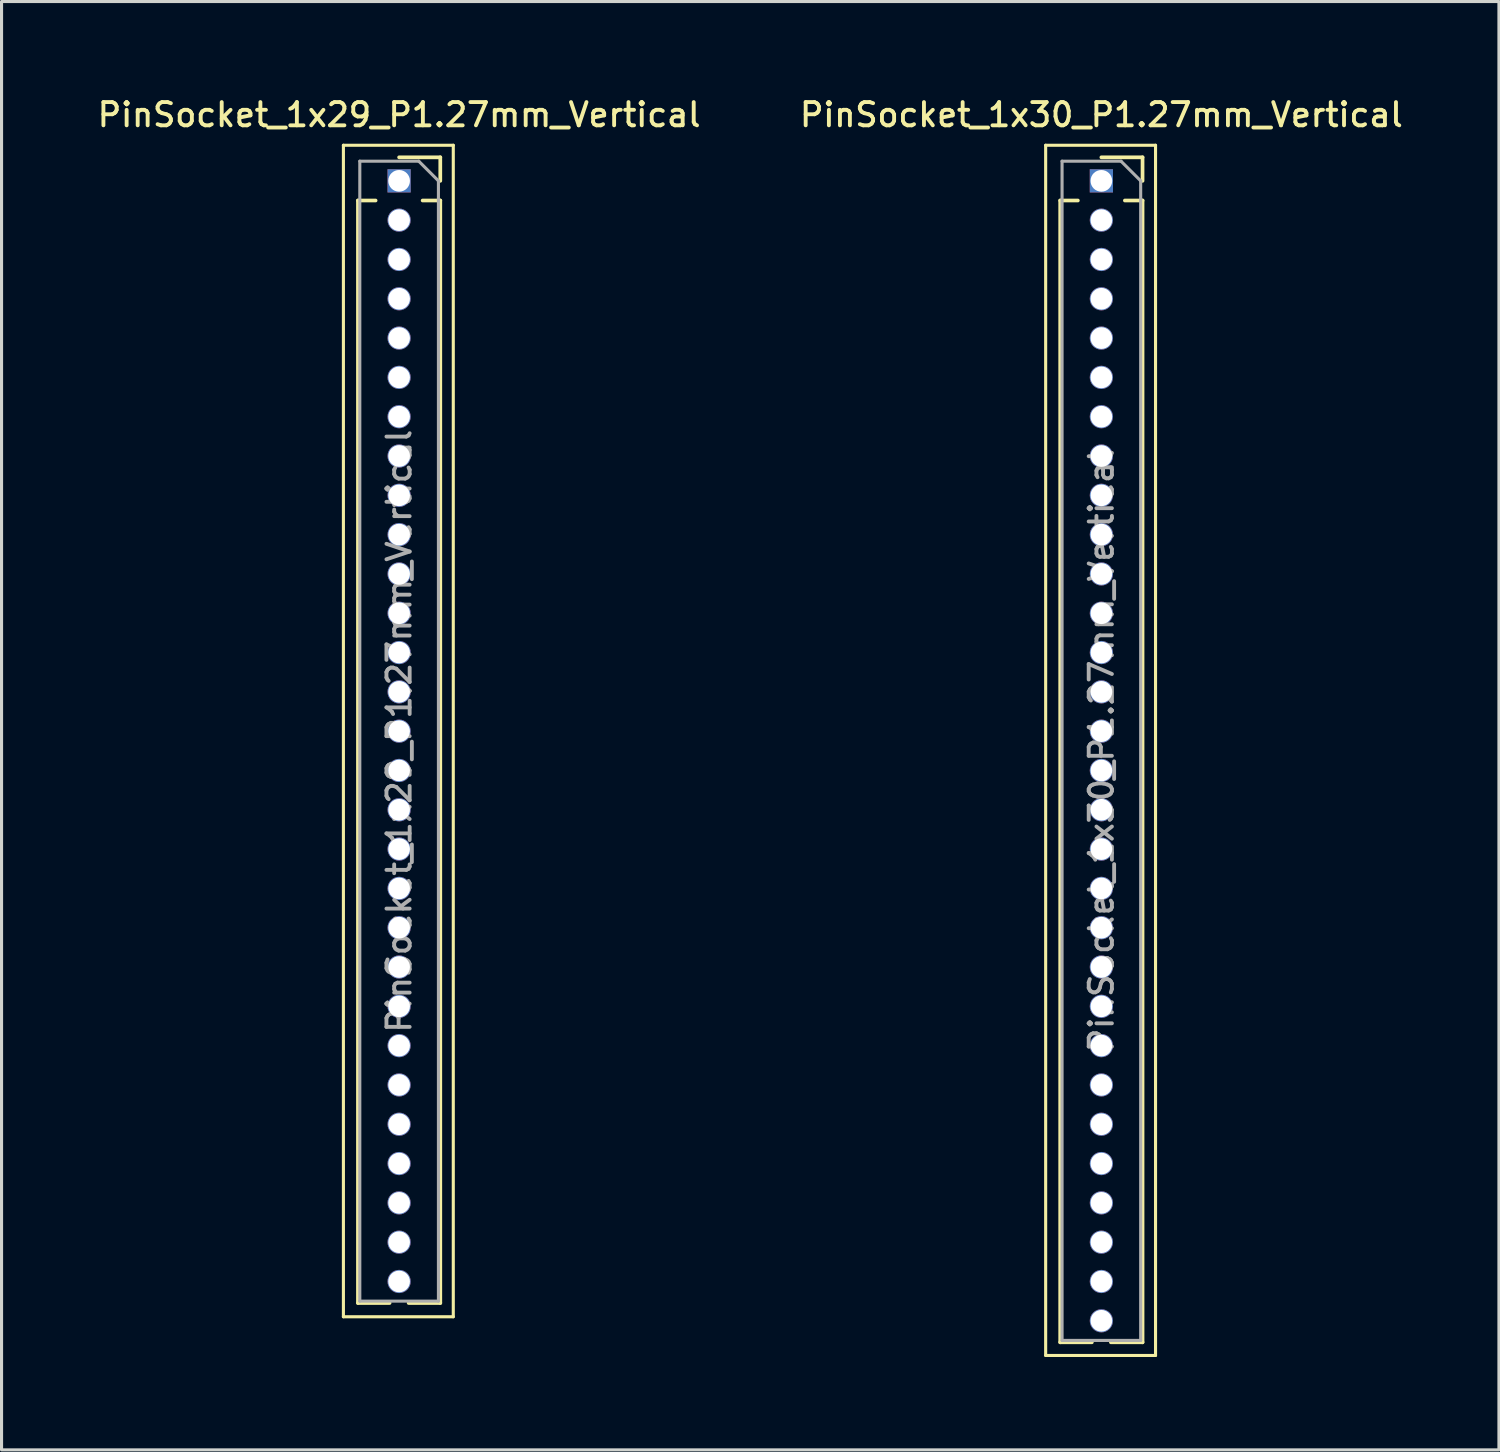
<source format=kicad_pcb>
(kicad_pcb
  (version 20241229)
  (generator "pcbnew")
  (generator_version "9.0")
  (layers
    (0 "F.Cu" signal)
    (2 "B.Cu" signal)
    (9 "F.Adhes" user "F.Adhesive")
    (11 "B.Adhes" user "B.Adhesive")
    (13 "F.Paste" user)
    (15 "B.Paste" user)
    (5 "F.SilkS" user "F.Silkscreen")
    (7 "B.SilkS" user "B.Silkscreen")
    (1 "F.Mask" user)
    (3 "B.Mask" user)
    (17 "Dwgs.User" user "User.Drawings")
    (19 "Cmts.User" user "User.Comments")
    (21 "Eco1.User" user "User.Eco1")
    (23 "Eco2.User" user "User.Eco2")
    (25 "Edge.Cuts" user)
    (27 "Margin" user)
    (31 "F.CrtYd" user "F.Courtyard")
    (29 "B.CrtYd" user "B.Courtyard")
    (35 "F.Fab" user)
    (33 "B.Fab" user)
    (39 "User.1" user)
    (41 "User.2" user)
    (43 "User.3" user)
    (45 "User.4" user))
  (footprint "PinSocket_1x30_P1.27mm_Vertical"
    (layer "F.Cu")
    (at 32.534 2.793)
    (property "Reference" "PinSocket_1x30_P1.27mm_Vertical" (at 0 -2.135 0) (layer "F.SilkS") (effects (font (size 0.75 0.75) (thickness 0.125))))
    (attr through_hole)
    (fp_line (start -1.8 -1.15) (end 1.75 -1.15) (stroke (width 0.1) (type solid)) (layer "F.SilkS"))
    (fp_line (start -1.8 37.95) (end -1.8 -1.15) (stroke (width 0.1) (type solid)) (layer "F.SilkS"))
    (fp_line (start -1.33 0.635) (end -1.33 37.525) (stroke (width 0.12) (type solid)) (layer "F.SilkS"))
    (fp_line (start -1.33 0.635) (end -0.76 0.635) (stroke (width 0.12) (type solid)) (layer "F.SilkS"))
    (fp_line (start -1.33 37.525) (end -0.308 37.525) (stroke (width 0.12) (type solid)) (layer "F.SilkS"))
    (fp_line (start 0 -0.76) (end 1.33 -0.76) (stroke (width 0.12) (type solid)) (layer "F.SilkS"))
    (fp_line (start 0.308 37.525) (end 1.33 37.525) (stroke (width 0.12) (type solid)) (layer "F.SilkS"))
    (fp_line (start 0.76 0.635) (end 1.33 0.635) (stroke (width 0.12) (type solid)) (layer "F.SilkS"))
    (fp_line (start 1.33 -0.76) (end 1.33 0) (stroke (width 0.12) (type solid)) (layer "F.SilkS"))
    (fp_line (start 1.33 0.635) (end 1.33 37.525) (stroke (width 0.12) (type solid)) (layer "F.SilkS"))
    (fp_line (start 1.75 -1.15) (end 1.75 37.95) (stroke (width 0.1) (type solid)) (layer "F.SilkS"))
    (fp_line (start 1.75 37.95) (end -1.8 37.95) (stroke (width 0.1) (type solid)) (layer "F.SilkS"))
    (fp_line (start -1.27 -0.635) (end 0.635 -0.635) (stroke (width 0.1) (type solid)) (layer "F.Fab"))
    (fp_line (start -1.27 37.465) (end -1.27 -0.635) (stroke (width 0.1) (type solid)) (layer "F.Fab"))
    (fp_line (start 0.635 -0.635) (end 1.27 0) (stroke (width 0.1) (type solid)) (layer "F.Fab"))
    (fp_line (start 1.27 0) (end 1.27 37.465) (stroke (width 0.1) (type solid)) (layer "F.Fab"))
    (fp_line (start 1.27 37.465) (end -1.27 37.465) (stroke (width 0.1) (type solid)) (layer "F.Fab"))
    (fp_text user "${REFERENCE}" (at 0 18.415 90) (layer "F.Fab") (effects (font (size 0.75 0.75) (thickness 0.125))))
    (pad "1" thru_hole rect (at 0 0) (size 0.75 0.75) (drill 0.7) (layers "*.Cu" "*.Mask"))
    (pad "2" thru_hole oval (at 0 1.27) (size 0.75 0.75) (drill 0.7) (layers "*.Cu" "*.Mask"))
    (pad "3" thru_hole oval (at 0 2.54) (size 0.75 0.75) (drill 0.7) (layers "*.Cu" "*.Mask"))
    (pad "4" thru_hole oval (at 0 3.81) (size 0.75 0.75) (drill 0.7) (layers "*.Cu" "*.Mask"))
    (pad "5" thru_hole oval (at 0 5.08) (size 0.75 0.75) (drill 0.7) (layers "*.Cu" "*.Mask"))
    (pad "6" thru_hole oval (at 0 6.35) (size 0.75 0.75) (drill 0.7) (layers "*.Cu" "*.Mask"))
    (pad "7" thru_hole oval (at 0 7.62) (size 0.75 0.75) (drill 0.7) (layers "*.Cu" "*.Mask"))
    (pad "8" thru_hole oval (at 0 8.89) (size 0.75 0.75) (drill 0.7) (layers "*.Cu" "*.Mask"))
    (pad "9" thru_hole oval (at 0 10.16) (size 0.75 0.75) (drill 0.7) (layers "*.Cu" "*.Mask"))
    (pad "10" thru_hole oval (at 0 11.43) (size 0.75 0.75) (drill 0.7) (layers "*.Cu" "*.Mask"))
    (pad "11" thru_hole oval (at 0 12.7) (size 0.75 0.75) (drill 0.7) (layers "*.Cu" "*.Mask"))
    (pad "12" thru_hole oval (at 0 13.97) (size 0.75 0.75) (drill 0.7) (layers "*.Cu" "*.Mask"))
    (pad "13" thru_hole oval (at 0 15.24) (size 0.75 0.75) (drill 0.7) (layers "*.Cu" "*.Mask"))
    (pad "14" thru_hole oval (at 0 16.51) (size 0.75 0.75) (drill 0.7) (layers "*.Cu" "*.Mask"))
    (pad "15" thru_hole oval (at 0 17.78) (size 0.75 0.75) (drill 0.7) (layers "*.Cu" "*.Mask"))
    (pad "16" thru_hole oval (at 0 19.05) (size 0.75 0.75) (drill 0.7) (layers "*.Cu" "*.Mask"))
    (pad "17" thru_hole oval (at 0 20.32) (size 0.75 0.75) (drill 0.7) (layers "*.Cu" "*.Mask"))
    (pad "18" thru_hole oval (at 0 21.59) (size 0.75 0.75) (drill 0.7) (layers "*.Cu" "*.Mask"))
    (pad "19" thru_hole oval (at 0 22.86) (size 0.75 0.75) (drill 0.7) (layers "*.Cu" "*.Mask"))
    (pad "20" thru_hole oval (at 0 24.13) (size 0.75 0.75) (drill 0.7) (layers "*.Cu" "*.Mask"))
    (pad "21" thru_hole oval (at 0 25.4) (size 0.75 0.75) (drill 0.7) (layers "*.Cu" "*.Mask"))
    (pad "22" thru_hole oval (at 0 26.67) (size 0.75 0.75) (drill 0.7) (layers "*.Cu" "*.Mask"))
    (pad "23" thru_hole oval (at 0 27.94) (size 0.75 0.75) (drill 0.7) (layers "*.Cu" "*.Mask"))
    (pad "24" thru_hole oval (at 0 29.21) (size 0.75 0.75) (drill 0.7) (layers "*.Cu" "*.Mask"))
    (pad "25" thru_hole oval (at 0 30.48) (size 0.75 0.75) (drill 0.7) (layers "*.Cu" "*.Mask"))
    (pad "26" thru_hole oval (at 0 31.75) (size 0.75 0.75) (drill 0.7) (layers "*.Cu" "*.Mask"))
    (pad "27" thru_hole oval (at 0 33.02) (size 0.75 0.75) (drill 0.7) (layers "*.Cu" "*.Mask"))
    (pad "28" thru_hole oval (at 0 34.29) (size 0.75 0.75) (drill 0.7) (layers "*.Cu" "*.Mask"))
    (pad "29" thru_hole oval (at 0 35.56) (size 0.75 0.75) (drill 0.7) (layers "*.Cu" "*.Mask"))
    (pad "30" thru_hole oval (at 0 36.83) (size 0.75 0.75) (drill 0.7) (layers "*.Cu" "*.Mask")))
  (footprint "PinSocket_1x29_P1.27mm_Vertical"
    (layer "F.Cu")
    (at 9.845 2.793)
    (property "Reference" "PinSocket_1x29_P1.27mm_Vertical" (at 0 -2.135 0) (layer "F.SilkS") (effects (font (size 0.75 0.75) (thickness 0.125))))
    (attr through_hole)
    (fp_line (start -1.8 -1.15) (end 1.75 -1.15) (stroke (width 0.1) (type solid)) (layer "F.SilkS"))
    (fp_line (start -1.8 36.7) (end -1.8 -1.15) (stroke (width 0.1) (type solid)) (layer "F.SilkS"))
    (fp_line (start -1.33 0.635) (end -1.33 36.255) (stroke (width 0.12) (type solid)) (layer "F.SilkS"))
    (fp_line (start -1.33 0.635) (end -0.76 0.635) (stroke (width 0.12) (type solid)) (layer "F.SilkS"))
    (fp_line (start -1.33 36.255) (end -0.308 36.255) (stroke (width 0.12) (type solid)) (layer "F.SilkS"))
    (fp_line (start 0 -0.76) (end 1.33 -0.76) (stroke (width 0.12) (type solid)) (layer "F.SilkS"))
    (fp_line (start 0.308 36.255) (end 1.33 36.255) (stroke (width 0.12) (type solid)) (layer "F.SilkS"))
    (fp_line (start 0.76 0.635) (end 1.33 0.635) (stroke (width 0.12) (type solid)) (layer "F.SilkS"))
    (fp_line (start 1.33 -0.76) (end 1.33 0) (stroke (width 0.12) (type solid)) (layer "F.SilkS"))
    (fp_line (start 1.33 0.635) (end 1.33 36.255) (stroke (width 0.12) (type solid)) (layer "F.SilkS"))
    (fp_line (start 1.75 -1.15) (end 1.75 36.7) (stroke (width 0.1) (type solid)) (layer "F.SilkS"))
    (fp_line (start 1.75 36.7) (end -1.8 36.7) (stroke (width 0.1) (type solid)) (layer "F.SilkS"))
    (fp_line (start -1.27 -0.635) (end 0.635 -0.635) (stroke (width 0.1) (type solid)) (layer "F.Fab"))
    (fp_line (start -1.27 36.195) (end -1.27 -0.635) (stroke (width 0.1) (type solid)) (layer "F.Fab"))
    (fp_line (start 0.635 -0.635) (end 1.27 0) (stroke (width 0.1) (type solid)) (layer "F.Fab"))
    (fp_line (start 1.27 0) (end 1.27 36.195) (stroke (width 0.1) (type solid)) (layer "F.Fab"))
    (fp_line (start 1.27 36.195) (end -1.27 36.195) (stroke (width 0.1) (type solid)) (layer "F.Fab"))
    (fp_text user "${REFERENCE}" (at 0 17.78 90) (layer "F.Fab") (effects (font (size 0.75 0.75) (thickness 0.125))))
    (pad "1" thru_hole rect (at 0 0) (size 0.75 0.75) (drill 0.7) (layers "*.Cu" "*.Mask"))
    (pad "2" thru_hole oval (at 0 1.27) (size 0.75 0.75) (drill 0.7) (layers "*.Cu" "*.Mask"))
    (pad "3" thru_hole oval (at 0 2.54) (size 0.75 0.75) (drill 0.7) (layers "*.Cu" "*.Mask"))
    (pad "4" thru_hole oval (at 0 3.81) (size 0.75 0.75) (drill 0.7) (layers "*.Cu" "*.Mask"))
    (pad "5" thru_hole oval (at 0 5.08) (size 0.75 0.75) (drill 0.7) (layers "*.Cu" "*.Mask"))
    (pad "6" thru_hole oval (at 0 6.35) (size 0.75 0.75) (drill 0.7) (layers "*.Cu" "*.Mask"))
    (pad "7" thru_hole oval (at 0 7.62) (size 0.75 0.75) (drill 0.7) (layers "*.Cu" "*.Mask"))
    (pad "8" thru_hole oval (at 0 8.89) (size 0.75 0.75) (drill 0.7) (layers "*.Cu" "*.Mask"))
    (pad "9" thru_hole oval (at 0 10.16) (size 0.75 0.75) (drill 0.7) (layers "*.Cu" "*.Mask"))
    (pad "10" thru_hole oval (at 0 11.43) (size 0.75 0.75) (drill 0.7) (layers "*.Cu" "*.Mask"))
    (pad "11" thru_hole oval (at 0 12.7) (size 0.75 0.75) (drill 0.7) (layers "*.Cu" "*.Mask"))
    (pad "12" thru_hole oval (at 0 13.97) (size 0.75 0.75) (drill 0.7) (layers "*.Cu" "*.Mask"))
    (pad "13" thru_hole oval (at 0 15.24) (size 0.75 0.75) (drill 0.7) (layers "*.Cu" "*.Mask"))
    (pad "14" thru_hole oval (at 0 16.51) (size 0.75 0.75) (drill 0.7) (layers "*.Cu" "*.Mask"))
    (pad "15" thru_hole oval (at 0 17.78) (size 0.75 0.75) (drill 0.7) (layers "*.Cu" "*.Mask"))
    (pad "16" thru_hole oval (at 0 19.05) (size 0.75 0.75) (drill 0.7) (layers "*.Cu" "*.Mask"))
    (pad "17" thru_hole oval (at 0 20.32) (size 0.75 0.75) (drill 0.7) (layers "*.Cu" "*.Mask"))
    (pad "18" thru_hole oval (at 0 21.59) (size 0.75 0.75) (drill 0.7) (layers "*.Cu" "*.Mask"))
    (pad "19" thru_hole oval (at 0 22.86) (size 0.75 0.75) (drill 0.7) (layers "*.Cu" "*.Mask"))
    (pad "20" thru_hole oval (at 0 24.13) (size 0.75 0.75) (drill 0.7) (layers "*.Cu" "*.Mask"))
    (pad "21" thru_hole oval (at 0 25.4) (size 0.75 0.75) (drill 0.7) (layers "*.Cu" "*.Mask"))
    (pad "22" thru_hole oval (at 0 26.67) (size 0.75 0.75) (drill 0.7) (layers "*.Cu" "*.Mask"))
    (pad "23" thru_hole oval (at 0 27.94) (size 0.75 0.75) (drill 0.7) (layers "*.Cu" "*.Mask"))
    (pad "24" thru_hole oval (at 0 29.21) (size 0.75 0.75) (drill 0.7) (layers "*.Cu" "*.Mask"))
    (pad "25" thru_hole oval (at 0 30.48) (size 0.75 0.75) (drill 0.7) (layers "*.Cu" "*.Mask"))
    (pad "26" thru_hole oval (at 0 31.75) (size 0.75 0.75) (drill 0.7) (layers "*.Cu" "*.Mask"))
    (pad "27" thru_hole oval (at 0 33.02) (size 0.75 0.75) (drill 0.7) (layers "*.Cu" "*.Mask"))
    (pad "28" thru_hole oval (at 0 34.29) (size 0.75 0.75) (drill 0.7) (layers "*.Cu" "*.Mask"))
    (pad "29" thru_hole oval (at 0 35.56) (size 0.75 0.75) (drill 0.7) (layers "*.Cu" "*.Mask")))
  (gr_rect
    (start -3 -3)
    (end 45.379 43.793)
    (stroke (width 0.1) (type default))
    (fill no)
    (layer "Edge.Cuts")))
</source>
